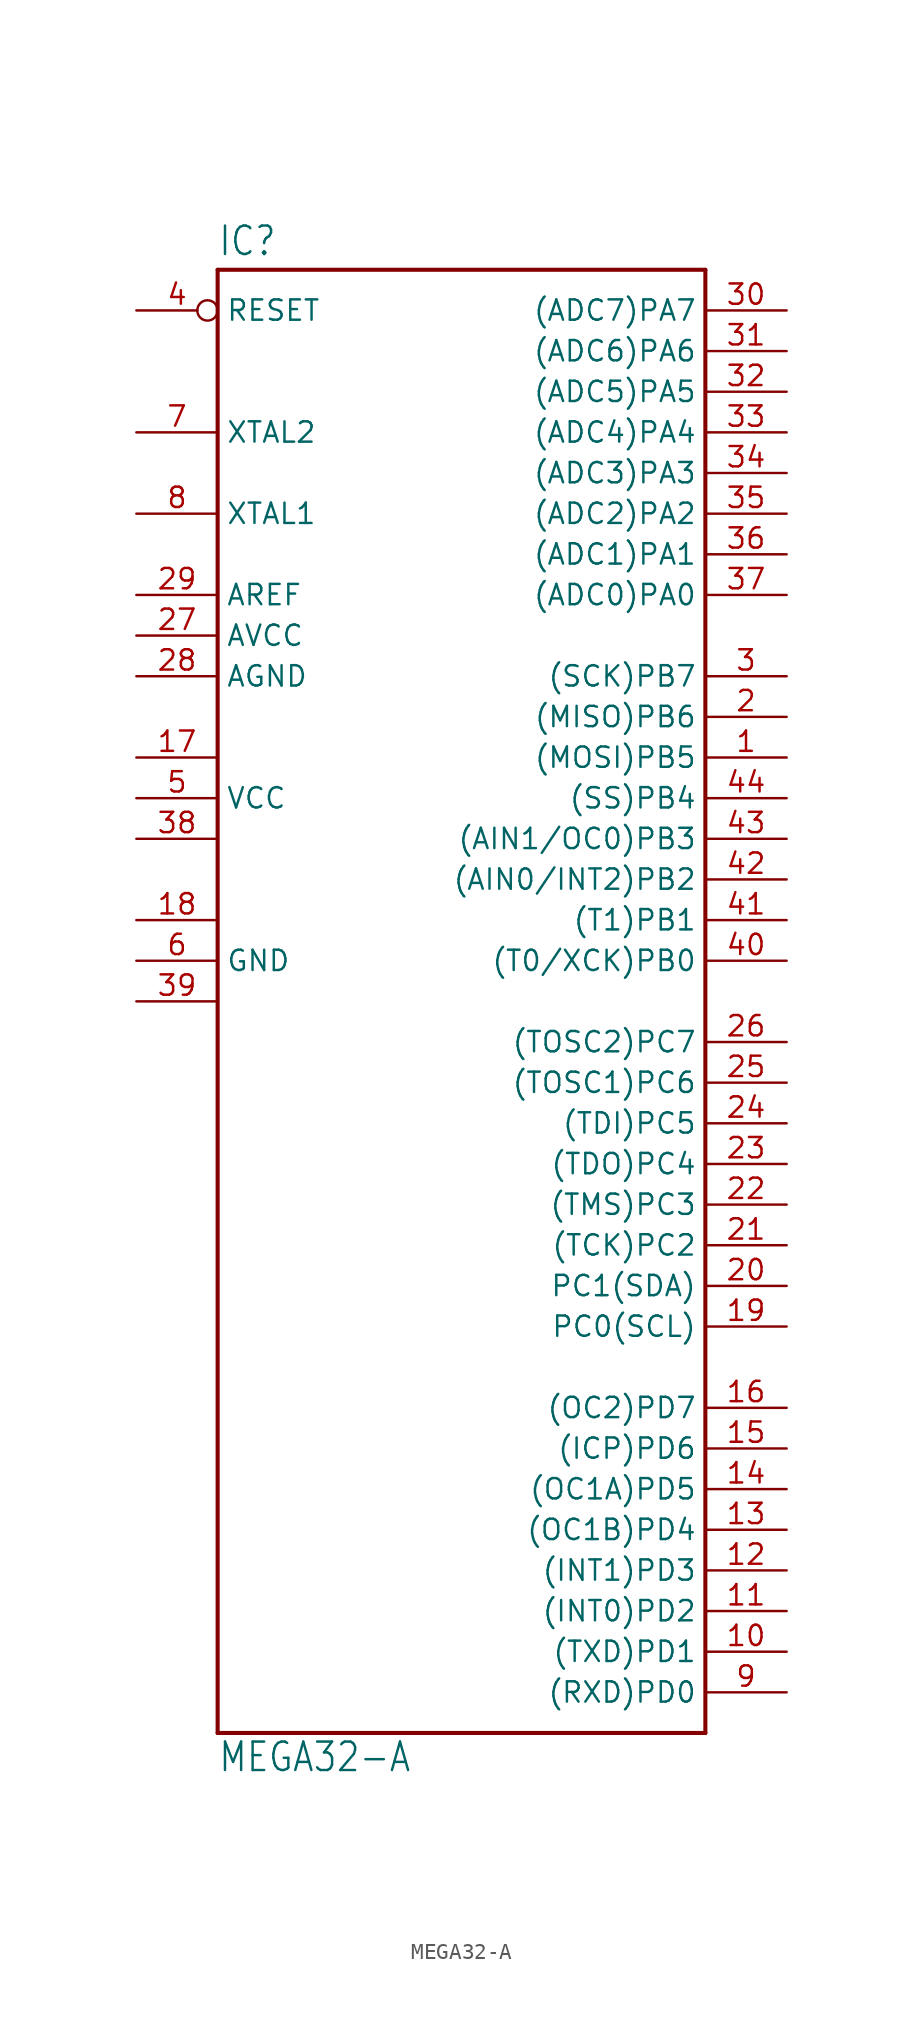
<source format=kicad_sym>
(kicad_symbol_lib
  (version 20211014)
  (generator kicad_symbol_editor)
  (symbol "MEGA32-A"
    (property "Reference" "IC"
      (at -15.24 46.482 0)
      (effects (font (size 1.778 1.511)) (justify left bottom)))
    (property "Value" "MEGA32-A"
      (at -15.24 -48.26 0)
      (effects (font (size 1.778 1.511)) (justify left bottom)))
    (property "ki_locked" ""
      (at 0 0 0)
      (effects (font (size 1.27 1.27))))
    (symbol "MEGA32-A_1_0"
      (polyline (pts (xy -15.24 -45.72) (xy -15.24 45.72)) (stroke (width 0.254) (type default) (color 0 0 0 0)) (fill (type none)))
      (polyline (pts (xy -15.24 45.72) (xy 15.24 45.72)) (stroke (width 0.254) (type default) (color 0 0 0 0)) (fill (type none)))
      (polyline (pts (xy 15.24 -45.72) (xy -15.24 -45.72)) (stroke (width 0.254) (type default) (color 0 0 0 0)) (fill (type none)))
      (polyline (pts (xy 15.24 45.72) (xy 15.24 -45.72)) (stroke (width 0.254) (type default) (color 0 0 0 0)) (fill (type none)))
      (pin bidirectional line (at 20.32 15.24 180) (length 5.08) (name "(MOSI)PB5" (effects (font (size 1.27 1.27)))) (number "1" (effects (font (size 1.27 1.27)))))
      (pin bidirectional line (at 20.32 -40.64 180) (length 5.08) (name "(TXD)PD1" (effects (font (size 1.27 1.27)))) (number "10" (effects (font (size 1.27 1.27)))))
      (pin bidirectional line (at 20.32 -38.1 180) (length 5.08) (name "(INT0)PD2" (effects (font (size 1.27 1.27)))) (number "11" (effects (font (size 1.27 1.27)))))
      (pin bidirectional line (at 20.32 -35.56 180) (length 5.08) (name "(INT1)PD3" (effects (font (size 1.27 1.27)))) (number "12" (effects (font (size 1.27 1.27)))))
      (pin bidirectional line (at 20.32 -33.02 180) (length 5.08) (name "(OC1B)PD4" (effects (font (size 1.27 1.27)))) (number "13" (effects (font (size 1.27 1.27)))))
      (pin bidirectional line (at 20.32 -30.48 180) (length 5.08) (name "(OC1A)PD5" (effects (font (size 1.27 1.27)))) (number "14" (effects (font (size 1.27 1.27)))))
      (pin bidirectional line (at 20.32 -27.94 180) (length 5.08) (name "(ICP)PD6" (effects (font (size 1.27 1.27)))) (number "15" (effects (font (size 1.27 1.27)))))
      (pin bidirectional line (at 20.32 -25.4 180) (length 5.08) (name "(OC2)PD7" (effects (font (size 1.27 1.27)))) (number "16" (effects (font (size 1.27 1.27)))))
      (pin power_in line (at -20.32 15.24 0) (length 5.08) (name "VCC1" (effects (font (size 0 0)))) (number "17" (effects (font (size 1.27 1.27)))))
      (pin power_in line (at -20.32 5.08 0) (length 5.08) (name "GND1" (effects (font (size 0 0)))) (number "18" (effects (font (size 1.27 1.27)))))
      (pin bidirectional line (at 20.32 -20.32 180) (length 5.08) (name "PC0(SCL)" (effects (font (size 1.27 1.27)))) (number "19" (effects (font (size 1.27 1.27)))))
      (pin bidirectional line (at 20.32 17.78 180) (length 5.08) (name "(MISO)PB6" (effects (font (size 1.27 1.27)))) (number "2" (effects (font (size 1.27 1.27)))))
      (pin bidirectional line (at 20.32 -17.78 180) (length 5.08) (name "PC1(SDA)" (effects (font (size 1.27 1.27)))) (number "20" (effects (font (size 1.27 1.27)))))
      (pin bidirectional line (at 20.32 -15.24 180) (length 5.08) (name "(TCK)PC2" (effects (font (size 1.27 1.27)))) (number "21" (effects (font (size 1.27 1.27)))))
      (pin bidirectional line (at 20.32 -12.7 180) (length 5.08) (name "(TMS)PC3" (effects (font (size 1.27 1.27)))) (number "22" (effects (font (size 1.27 1.27)))))
      (pin bidirectional line (at 20.32 -10.16 180) (length 5.08) (name "(TDO)PC4" (effects (font (size 1.27 1.27)))) (number "23" (effects (font (size 1.27 1.27)))))
      (pin bidirectional line (at 20.32 -7.62 180) (length 5.08) (name "(TDI)PC5" (effects (font (size 1.27 1.27)))) (number "24" (effects (font (size 1.27 1.27)))))
      (pin bidirectional line (at 20.32 -5.08 180) (length 5.08) (name "(TOSC1)PC6" (effects (font (size 1.27 1.27)))) (number "25" (effects (font (size 1.27 1.27)))))
      (pin bidirectional line (at 20.32 -2.54 180) (length 5.08) (name "(TOSC2)PC7" (effects (font (size 1.27 1.27)))) (number "26" (effects (font (size 1.27 1.27)))))
      (pin power_in line (at -20.32 22.86 0) (length 5.08) (name "AVCC" (effects (font (size 1.27 1.27)))) (number "27" (effects (font (size 1.27 1.27)))))
      (pin power_in line (at -20.32 20.32 0) (length 5.08) (name "AGND" (effects (font (size 1.27 1.27)))) (number "28" (effects (font (size 1.27 1.27)))))
      (pin power_in line (at -20.32 25.4 0) (length 5.08) (name "AREF" (effects (font (size 1.27 1.27)))) (number "29" (effects (font (size 1.27 1.27)))))
      (pin bidirectional line (at 20.32 20.32 180) (length 5.08) (name "(SCK)PB7" (effects (font (size 1.27 1.27)))) (number "3" (effects (font (size 1.27 1.27)))))
      (pin bidirectional line (at 20.32 43.18 180) (length 5.08) (name "(ADC7)PA7" (effects (font (size 1.27 1.27)))) (number "30" (effects (font (size 1.27 1.27)))))
      (pin bidirectional line (at 20.32 40.64 180) (length 5.08) (name "(ADC6)PA6" (effects (font (size 1.27 1.27)))) (number "31" (effects (font (size 1.27 1.27)))))
      (pin bidirectional line (at 20.32 38.1 180) (length 5.08) (name "(ADC5)PA5" (effects (font (size 1.27 1.27)))) (number "32" (effects (font (size 1.27 1.27)))))
      (pin bidirectional line (at 20.32 35.56 180) (length 5.08) (name "(ADC4)PA4" (effects (font (size 1.27 1.27)))) (number "33" (effects (font (size 1.27 1.27)))))
      (pin bidirectional line (at 20.32 33.02 180) (length 5.08) (name "(ADC3)PA3" (effects (font (size 1.27 1.27)))) (number "34" (effects (font (size 1.27 1.27)))))
      (pin bidirectional line (at 20.32 30.48 180) (length 5.08) (name "(ADC2)PA2" (effects (font (size 1.27 1.27)))) (number "35" (effects (font (size 1.27 1.27)))))
      (pin bidirectional line (at 20.32 27.94 180) (length 5.08) (name "(ADC1)PA1" (effects (font (size 1.27 1.27)))) (number "36" (effects (font (size 1.27 1.27)))))
      (pin bidirectional line (at 20.32 25.4 180) (length 5.08) (name "(ADC0)PA0" (effects (font (size 1.27 1.27)))) (number "37" (effects (font (size 1.27 1.27)))))
      (pin power_in line (at -20.32 10.16 0) (length 5.08) (name "VCC2" (effects (font (size 0 0)))) (number "38" (effects (font (size 1.27 1.27)))))
      (pin power_in line (at -20.32 0 0) (length 5.08) (name "GND2" (effects (font (size 0 0)))) (number "39" (effects (font (size 1.27 1.27)))))
      (pin input inverted (at -20.32 43.18 0) (length 5.08) (name "RESET" (effects (font (size 1.27 1.27)))) (number "4" (effects (font (size 1.27 1.27)))))
      (pin bidirectional line (at 20.32 2.54 180) (length 5.08) (name "(T0/XCK)PB0" (effects (font (size 1.27 1.27)))) (number "40" (effects (font (size 1.27 1.27)))))
      (pin bidirectional line (at 20.32 5.08 180) (length 5.08) (name "(T1)PB1" (effects (font (size 1.27 1.27)))) (number "41" (effects (font (size 1.27 1.27)))))
      (pin bidirectional line (at 20.32 7.62 180) (length 5.08) (name "(AIN0/INT2)PB2" (effects (font (size 1.27 1.27)))) (number "42" (effects (font (size 1.27 1.27)))))
      (pin bidirectional line (at 20.32 10.16 180) (length 5.08) (name "(AIN1/OC0)PB3" (effects (font (size 1.27 1.27)))) (number "43" (effects (font (size 1.27 1.27)))))
      (pin bidirectional line (at 20.32 12.7 180) (length 5.08) (name "(SS)PB4" (effects (font (size 1.27 1.27)))) (number "44" (effects (font (size 1.27 1.27)))))
      (pin power_in line (at -20.32 12.7 0) (length 5.08) (name "VCC" (effects (font (size 1.27 1.27)))) (number "5" (effects (font (size 1.27 1.27)))))
      (pin power_in line (at -20.32 2.54 0) (length 5.08) (name "GND" (effects (font (size 1.27 1.27)))) (number "6" (effects (font (size 1.27 1.27)))))
      (pin bidirectional line (at -20.32 35.56 0) (length 5.08) (name "XTAL2" (effects (font (size 1.27 1.27)))) (number "7" (effects (font (size 1.27 1.27)))))
      (pin bidirectional line (at -20.32 30.48 0) (length 5.08) (name "XTAL1" (effects (font (size 1.27 1.27)))) (number "8" (effects (font (size 1.27 1.27)))))
      (pin bidirectional line (at 20.32 -43.18 180) (length 5.08) (name "(RXD)PD0" (effects (font (size 1.27 1.27)))) (number "9" (effects (font (size 1.27 1.27))))))))
</source>
